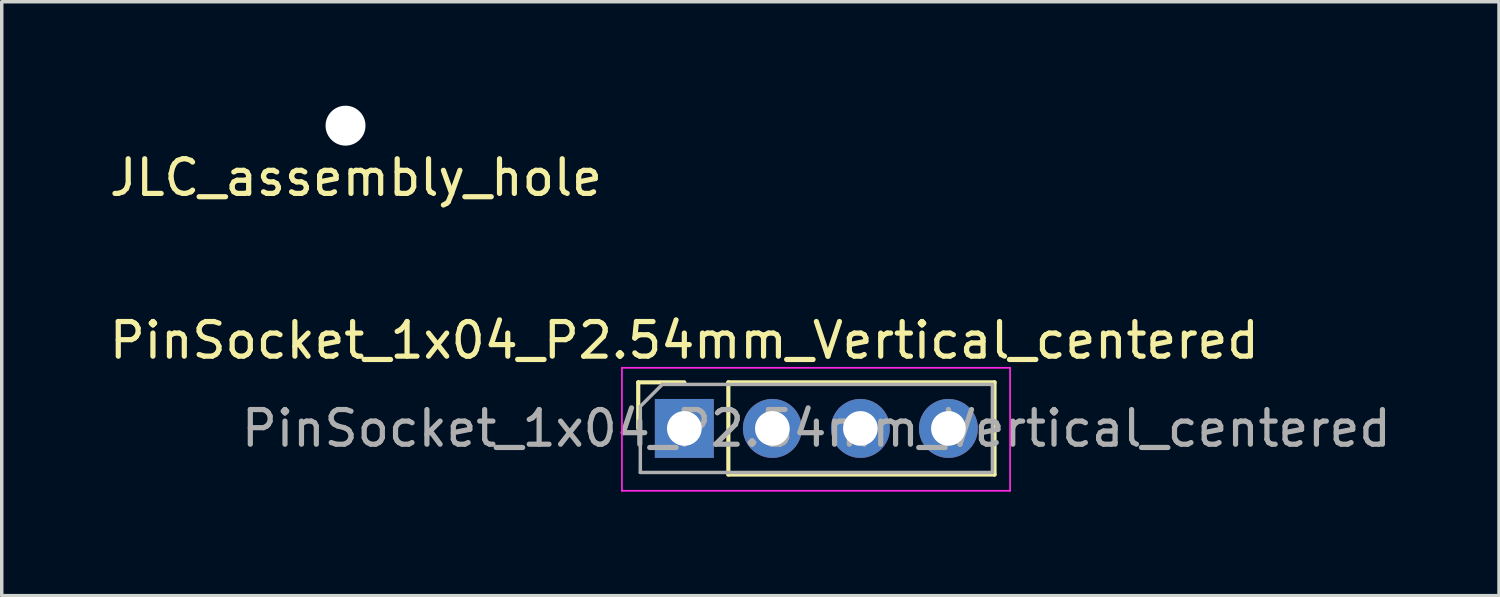
<source format=kicad_pcb>
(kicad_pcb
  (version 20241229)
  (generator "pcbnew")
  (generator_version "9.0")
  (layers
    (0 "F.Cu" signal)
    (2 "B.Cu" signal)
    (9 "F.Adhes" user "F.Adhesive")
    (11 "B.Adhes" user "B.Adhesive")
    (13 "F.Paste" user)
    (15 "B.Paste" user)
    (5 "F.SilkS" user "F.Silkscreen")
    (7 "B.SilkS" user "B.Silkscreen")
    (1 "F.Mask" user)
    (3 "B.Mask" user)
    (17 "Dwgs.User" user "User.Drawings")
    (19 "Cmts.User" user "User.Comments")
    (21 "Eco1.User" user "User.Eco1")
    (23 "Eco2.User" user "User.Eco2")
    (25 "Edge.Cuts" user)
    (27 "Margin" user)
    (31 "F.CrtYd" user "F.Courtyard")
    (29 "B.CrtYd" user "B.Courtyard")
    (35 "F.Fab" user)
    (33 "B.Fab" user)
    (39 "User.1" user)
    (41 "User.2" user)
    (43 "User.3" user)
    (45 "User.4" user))
  (footprint "JLC_assembly_hole"
    (layer "F.Cu")
    (at 6.92 0.576)
    (property "Reference" "JLC_assembly_hole" (at 0.3 1.5 0) (layer "F.SilkS") (effects (font (size 1 1) (thickness 0.15))))
    (attr through_hole)
    (pad "" np_thru_hole circle (at 0 0) (size 1.152 1.152) (drill 1.152) (layers "*.Cu" "*.Mask")))
  (footprint "PinSocket_1x04_P2.54mm_Vertical_centered"
    (layer "F.Cu")
    (at 20.506 9.312)
    (property "Reference" "PinSocket_1x04_P2.54mm_Vertical_centered" (at -3.81 -2.54 180) (layer "F.SilkS") (effects (font (size 1 1) (thickness 0.15))))
    (attr through_hole)
    (fp_line (start -5.14 -1.33) (end -3.81 -1.33) (stroke (width 0.12) (type solid)) (layer "F.SilkS"))
    (fp_line (start -5.14 0) (end -5.14 -1.33) (stroke (width 0.12) (type solid)) (layer "F.SilkS"))
    (fp_line (start -2.54 -1.33) (end 5.14 -1.33) (stroke (width 0.12) (type solid)) (layer "F.SilkS"))
    (fp_line (start -2.54 1.33) (end -2.54 -1.33) (stroke (width 0.12) (type solid)) (layer "F.SilkS"))
    (fp_line (start -2.54 1.33) (end 5.14 1.33) (stroke (width 0.12) (type solid)) (layer "F.SilkS"))
    (fp_line (start 5.14 1.33) (end 5.14 -1.33) (stroke (width 0.12) (type solid)) (layer "F.SilkS"))
    (fp_line (start -5.61 -1.75) (end 5.59 -1.75) (stroke (width 0.05) (type solid)) (layer "F.CrtYd"))
    (fp_line (start -5.61 1.8) (end -5.61 -1.75) (stroke (width 0.05) (type solid)) (layer "F.CrtYd"))
    (fp_line (start 5.59 -1.75) (end 5.59 1.8) (stroke (width 0.05) (type solid)) (layer "F.CrtYd"))
    (fp_line (start 5.59 1.8) (end -5.61 1.8) (stroke (width 0.05) (type solid)) (layer "F.CrtYd"))
    (fp_line (start -5.08 -0.635) (end -4.445 -1.27) (stroke (width 0.1) (type solid)) (layer "F.Fab"))
    (fp_line (start -5.08 1.27) (end -5.08 -0.635) (stroke (width 0.1) (type solid)) (layer "F.Fab"))
    (fp_line (start -4.445 -1.27) (end 5.08 -1.27) (stroke (width 0.1) (type solid)) (layer "F.Fab"))
    (fp_line (start 5.08 -1.27) (end 5.08 1.27) (stroke (width 0.1) (type solid)) (layer "F.Fab"))
    (fp_line (start 5.08 1.27) (end -5.08 1.27) (stroke (width 0.1) (type solid)) (layer "F.Fab"))
    (fp_text user "${REFERENCE}" (at 0 0 180) (layer "F.Fab") (effects (font (size 1 1) (thickness 0.15))))
    (pad "1" thru_hole rect (at -3.81 0 90) (size 1.7 1.7) (drill 1) (layers "*.Cu" "*.Mask"))
    (pad "2" thru_hole oval (at -1.27 0 90) (size 1.7 1.7) (drill 1) (layers "*.Cu" "*.Mask"))
    (pad "3" thru_hole oval (at 1.27 0 90) (size 1.7 1.7) (drill 1) (layers "*.Cu" "*.Mask"))
    (pad "4" thru_hole oval (at 3.81 0 90) (size 1.7 1.7) (drill 1) (layers "*.Cu" "*.Mask")))
  (gr_rect
    (start -3 -3)
    (end 40.203 14.137)
    (stroke (width 0.1) (type default))
    (fill no)
    (layer "Edge.Cuts")))
</source>
